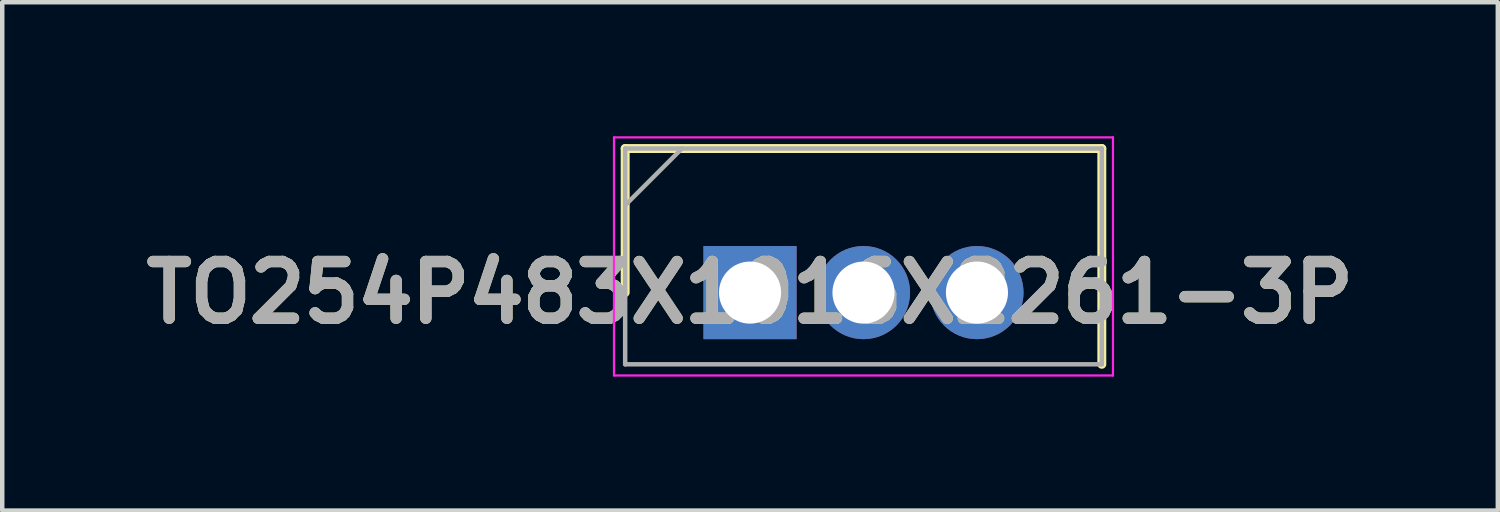
<source format=kicad_pcb>
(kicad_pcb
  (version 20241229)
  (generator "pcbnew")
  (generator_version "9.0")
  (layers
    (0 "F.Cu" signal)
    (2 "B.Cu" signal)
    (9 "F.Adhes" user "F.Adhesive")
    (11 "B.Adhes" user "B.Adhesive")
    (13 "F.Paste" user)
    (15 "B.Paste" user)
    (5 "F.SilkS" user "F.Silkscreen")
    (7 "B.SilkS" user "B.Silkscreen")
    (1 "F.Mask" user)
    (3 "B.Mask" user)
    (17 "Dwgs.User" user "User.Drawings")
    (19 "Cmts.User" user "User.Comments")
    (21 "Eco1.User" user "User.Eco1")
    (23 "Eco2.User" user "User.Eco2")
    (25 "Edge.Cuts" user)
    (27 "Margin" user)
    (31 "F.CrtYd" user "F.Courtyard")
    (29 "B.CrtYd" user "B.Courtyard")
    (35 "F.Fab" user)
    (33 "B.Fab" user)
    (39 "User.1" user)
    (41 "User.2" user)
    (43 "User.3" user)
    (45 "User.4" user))
  (footprint "TO254P483X1016X2261-3P"
    (layer "F.Cu")
    (at 13.74 3.5)
    (property "Reference" "TO254P483X1016X2261-3P" (at 0 0 0) (layer "F.SilkS") (effects (font (size 1.27 1.27) (thickness 0.254))))
    (attr through_hole)
    (fp_line (start -2.795 -3.225) (end -2.795 0) (stroke (width 0.2) (type solid)) (layer "F.SilkS"))
    (fp_line (start 7.875 -3.225) (end -2.795 -3.225) (stroke (width 0.2) (type solid)) (layer "F.SilkS"))
    (fp_line (start 7.875 1.605) (end 7.875 -3.225) (stroke (width 0.2) (type solid)) (layer "F.SilkS"))
    (fp_line (start -3.045 -3.475) (end 8.125 -3.475) (stroke (width 0.05) (type solid)) (layer "F.CrtYd"))
    (fp_line (start -3.045 1.855) (end -3.045 -3.475) (stroke (width 0.05) (type solid)) (layer "F.CrtYd"))
    (fp_line (start 8.125 -3.475) (end 8.125 1.855) (stroke (width 0.05) (type solid)) (layer "F.CrtYd"))
    (fp_line (start 8.125 1.855) (end -3.045 1.855) (stroke (width 0.05) (type solid)) (layer "F.CrtYd"))
    (fp_line (start -2.795 -3.225) (end 7.875 -3.225) (stroke (width 0.1) (type solid)) (layer "F.Fab"))
    (fp_line (start -2.795 -1.955) (end -1.525 -3.225) (stroke (width 0.1) (type solid)) (layer "F.Fab"))
    (fp_line (start -2.795 1.605) (end -2.795 -3.225) (stroke (width 0.1) (type solid)) (layer "F.Fab"))
    (fp_line (start 7.875 -3.225) (end 7.875 1.605) (stroke (width 0.1) (type solid)) (layer "F.Fab"))
    (fp_line (start 7.875 1.605) (end -2.795 1.605) (stroke (width 0.1) (type solid)) (layer "F.Fab"))
    (fp_text user "${REFERENCE}" (at 0 0 0) (layer "F.Fab") (effects (font (size 1.27 1.27) (thickness 0.254))))
    (pad "1" thru_hole rect (at 0 0) (size 2.085 2.085) (drill 1.39) (layers "*.Cu" "*.Mask"))
    (pad "2" thru_hole circle (at 2.54 0) (size 2.085 2.085) (drill 1.39) (layers "*.Cu" "*.Mask"))
    (pad "3" thru_hole circle (at 5.08 0) (size 2.085 2.085) (drill 1.39) (layers "*.Cu" "*.Mask")))
  (gr_rect
    (start -3 -3)
    (end 30.48 8.38)
    (stroke (width 0.1) (type default))
    (fill no)
    (layer "Edge.Cuts")))
</source>
